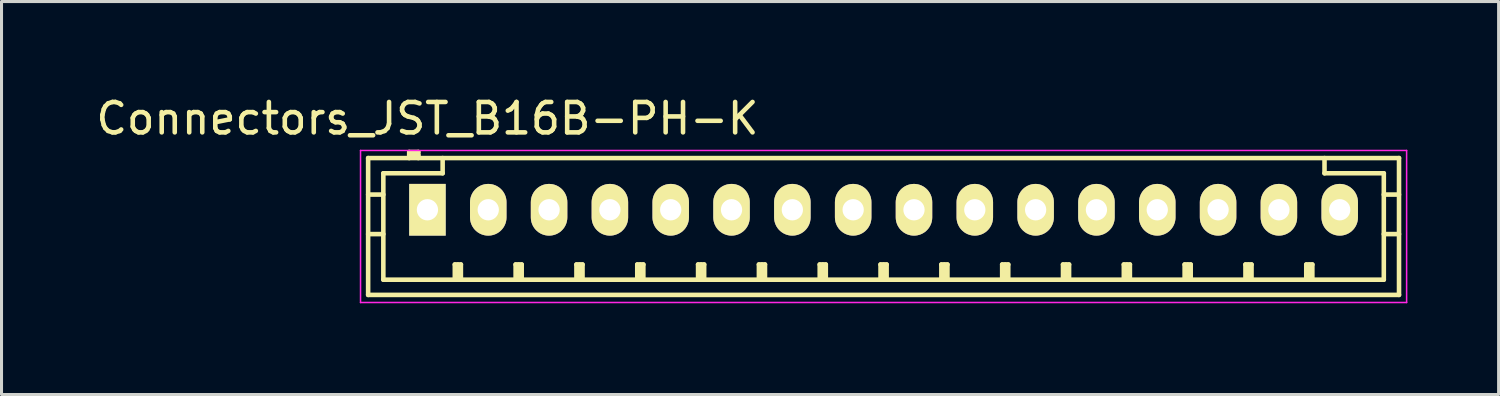
<source format=kicad_pcb>
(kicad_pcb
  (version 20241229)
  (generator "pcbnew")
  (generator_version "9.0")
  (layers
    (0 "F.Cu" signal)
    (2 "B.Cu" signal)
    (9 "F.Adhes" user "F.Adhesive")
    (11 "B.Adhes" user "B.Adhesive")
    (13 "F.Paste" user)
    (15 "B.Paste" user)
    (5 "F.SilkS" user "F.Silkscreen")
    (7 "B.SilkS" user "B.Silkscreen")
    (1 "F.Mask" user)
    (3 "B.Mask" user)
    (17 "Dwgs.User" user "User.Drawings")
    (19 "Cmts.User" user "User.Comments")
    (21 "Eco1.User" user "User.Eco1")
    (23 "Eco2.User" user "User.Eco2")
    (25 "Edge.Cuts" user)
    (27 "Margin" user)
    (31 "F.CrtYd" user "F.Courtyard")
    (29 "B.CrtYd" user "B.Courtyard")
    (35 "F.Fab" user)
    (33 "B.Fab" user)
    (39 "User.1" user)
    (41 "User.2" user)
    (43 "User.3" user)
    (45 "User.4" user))
  (footprint "Connectors_JST_B16B-PH-K"
    (layer "F.Cu")
    (at 11.006 3.848)
    (property "Reference" "Connectors_JST_B16B-PH-K" (at 0 -3 0) (layer "F.SilkS") (effects (font (size 1 1) (thickness 0.15))))
    (attr through_hole)
    (fp_line (start -1.95 -1.7) (end 31.95 -1.7) (stroke (width 0.15) (type solid)) (layer "F.SilkS"))
    (fp_line (start -1.95 -0.5) (end -1.45 -0.5) (stroke (width 0.15) (type solid)) (layer "F.SilkS"))
    (fp_line (start -1.95 0.8) (end -1.45 0.8) (stroke (width 0.15) (type solid)) (layer "F.SilkS"))
    (fp_line (start -1.95 2.8) (end -1.95 -1.7) (stroke (width 0.15) (type solid)) (layer "F.SilkS"))
    (fp_line (start -1.45 -1.2) (end -1.45 2.3) (stroke (width 0.15) (type solid)) (layer "F.SilkS"))
    (fp_line (start -1.45 2.3) (end 31.45 2.3) (stroke (width 0.15) (type solid)) (layer "F.SilkS"))
    (fp_line (start -0.6 -1.9) (end -0.6 -1.7) (stroke (width 0.15) (type solid)) (layer "F.SilkS"))
    (fp_line (start -0.3 -1.9) (end -0.6 -1.9) (stroke (width 0.15) (type solid)) (layer "F.SilkS"))
    (fp_line (start -0.3 -1.8) (end -0.6 -1.8) (stroke (width 0.15) (type solid)) (layer "F.SilkS"))
    (fp_line (start -0.3 -1.7) (end -0.3 -1.9) (stroke (width 0.15) (type solid)) (layer "F.SilkS"))
    (fp_line (start 0.5 -1.7) (end 0.5 -1.2) (stroke (width 0.15) (type solid)) (layer "F.SilkS"))
    (fp_line (start 0.5 -1.2) (end -1.45 -1.2) (stroke (width 0.15) (type solid)) (layer "F.SilkS"))
    (fp_line (start 0.9 1.8) (end 1.1 1.8) (stroke (width 0.15) (type solid)) (layer "F.SilkS"))
    (fp_line (start 0.9 2.3) (end 0.9 1.8) (stroke (width 0.15) (type solid)) (layer "F.SilkS"))
    (fp_line (start 1 2.3) (end 1 1.8) (stroke (width 0.15) (type solid)) (layer "F.SilkS"))
    (fp_line (start 1.1 1.8) (end 1.1 2.3) (stroke (width 0.15) (type solid)) (layer "F.SilkS"))
    (fp_line (start 2.9 1.8) (end 3.1 1.8) (stroke (width 0.15) (type solid)) (layer "F.SilkS"))
    (fp_line (start 2.9 2.3) (end 2.9 1.8) (stroke (width 0.15) (type solid)) (layer "F.SilkS"))
    (fp_line (start 3 2.3) (end 3 1.8) (stroke (width 0.15) (type solid)) (layer "F.SilkS"))
    (fp_line (start 3.1 1.8) (end 3.1 2.3) (stroke (width 0.15) (type solid)) (layer "F.SilkS"))
    (fp_line (start 4.9 1.8) (end 5.1 1.8) (stroke (width 0.15) (type solid)) (layer "F.SilkS"))
    (fp_line (start 4.9 2.3) (end 4.9 1.8) (stroke (width 0.15) (type solid)) (layer "F.SilkS"))
    (fp_line (start 5 2.3) (end 5 1.8) (stroke (width 0.15) (type solid)) (layer "F.SilkS"))
    (fp_line (start 5.1 1.8) (end 5.1 2.3) (stroke (width 0.15) (type solid)) (layer "F.SilkS"))
    (fp_line (start 6.9 1.8) (end 7.1 1.8) (stroke (width 0.15) (type solid)) (layer "F.SilkS"))
    (fp_line (start 6.9 2.3) (end 6.9 1.8) (stroke (width 0.15) (type solid)) (layer "F.SilkS"))
    (fp_line (start 7 2.3) (end 7 1.8) (stroke (width 0.15) (type solid)) (layer "F.SilkS"))
    (fp_line (start 7.1 1.8) (end 7.1 2.3) (stroke (width 0.15) (type solid)) (layer "F.SilkS"))
    (fp_line (start 8.9 1.8) (end 9.1 1.8) (stroke (width 0.15) (type solid)) (layer "F.SilkS"))
    (fp_line (start 8.9 2.3) (end 8.9 1.8) (stroke (width 0.15) (type solid)) (layer "F.SilkS"))
    (fp_line (start 9 2.3) (end 9 1.8) (stroke (width 0.15) (type solid)) (layer "F.SilkS"))
    (fp_line (start 9.1 1.8) (end 9.1 2.3) (stroke (width 0.15) (type solid)) (layer "F.SilkS"))
    (fp_line (start 10.9 1.8) (end 11.1 1.8) (stroke (width 0.15) (type solid)) (layer "F.SilkS"))
    (fp_line (start 10.9 2.3) (end 10.9 1.8) (stroke (width 0.15) (type solid)) (layer "F.SilkS"))
    (fp_line (start 11 2.3) (end 11 1.8) (stroke (width 0.15) (type solid)) (layer "F.SilkS"))
    (fp_line (start 11.1 1.8) (end 11.1 2.3) (stroke (width 0.15) (type solid)) (layer "F.SilkS"))
    (fp_line (start 12.9 1.8) (end 13.1 1.8) (stroke (width 0.15) (type solid)) (layer "F.SilkS"))
    (fp_line (start 12.9 2.3) (end 12.9 1.8) (stroke (width 0.15) (type solid)) (layer "F.SilkS"))
    (fp_line (start 13 2.3) (end 13 1.8) (stroke (width 0.15) (type solid)) (layer "F.SilkS"))
    (fp_line (start 13.1 1.8) (end 13.1 2.3) (stroke (width 0.15) (type solid)) (layer "F.SilkS"))
    (fp_line (start 14.9 1.8) (end 15.1 1.8) (stroke (width 0.15) (type solid)) (layer "F.SilkS"))
    (fp_line (start 14.9 2.3) (end 14.9 1.8) (stroke (width 0.15) (type solid)) (layer "F.SilkS"))
    (fp_line (start 15 2.3) (end 15 1.8) (stroke (width 0.15) (type solid)) (layer "F.SilkS"))
    (fp_line (start 15.1 1.8) (end 15.1 2.3) (stroke (width 0.15) (type solid)) (layer "F.SilkS"))
    (fp_line (start 16.9 1.8) (end 17.1 1.8) (stroke (width 0.15) (type solid)) (layer "F.SilkS"))
    (fp_line (start 16.9 2.3) (end 16.9 1.8) (stroke (width 0.15) (type solid)) (layer "F.SilkS"))
    (fp_line (start 17 2.3) (end 17 1.8) (stroke (width 0.15) (type solid)) (layer "F.SilkS"))
    (fp_line (start 17.1 1.8) (end 17.1 2.3) (stroke (width 0.15) (type solid)) (layer "F.SilkS"))
    (fp_line (start 18.9 1.8) (end 19.1 1.8) (stroke (width 0.15) (type solid)) (layer "F.SilkS"))
    (fp_line (start 18.9 2.3) (end 18.9 1.8) (stroke (width 0.15) (type solid)) (layer "F.SilkS"))
    (fp_line (start 19 2.3) (end 19 1.8) (stroke (width 0.15) (type solid)) (layer "F.SilkS"))
    (fp_line (start 19.1 1.8) (end 19.1 2.3) (stroke (width 0.15) (type solid)) (layer "F.SilkS"))
    (fp_line (start 20.9 1.8) (end 21.1 1.8) (stroke (width 0.15) (type solid)) (layer "F.SilkS"))
    (fp_line (start 20.9 2.3) (end 20.9 1.8) (stroke (width 0.15) (type solid)) (layer "F.SilkS"))
    (fp_line (start 21 2.3) (end 21 1.8) (stroke (width 0.15) (type solid)) (layer "F.SilkS"))
    (fp_line (start 21.1 1.8) (end 21.1 2.3) (stroke (width 0.15) (type solid)) (layer "F.SilkS"))
    (fp_line (start 22.9 1.8) (end 23.1 1.8) (stroke (width 0.15) (type solid)) (layer "F.SilkS"))
    (fp_line (start 22.9 2.3) (end 22.9 1.8) (stroke (width 0.15) (type solid)) (layer "F.SilkS"))
    (fp_line (start 23 2.3) (end 23 1.8) (stroke (width 0.15) (type solid)) (layer "F.SilkS"))
    (fp_line (start 23.1 1.8) (end 23.1 2.3) (stroke (width 0.15) (type solid)) (layer "F.SilkS"))
    (fp_line (start 24.9 1.8) (end 25.1 1.8) (stroke (width 0.15) (type solid)) (layer "F.SilkS"))
    (fp_line (start 24.9 2.3) (end 24.9 1.8) (stroke (width 0.15) (type solid)) (layer "F.SilkS"))
    (fp_line (start 25 2.3) (end 25 1.8) (stroke (width 0.15) (type solid)) (layer "F.SilkS"))
    (fp_line (start 25.1 1.8) (end 25.1 2.3) (stroke (width 0.15) (type solid)) (layer "F.SilkS"))
    (fp_line (start 26.9 1.8) (end 27.1 1.8) (stroke (width 0.15) (type solid)) (layer "F.SilkS"))
    (fp_line (start 26.9 2.3) (end 26.9 1.8) (stroke (width 0.15) (type solid)) (layer "F.SilkS"))
    (fp_line (start 27 2.3) (end 27 1.8) (stroke (width 0.15) (type solid)) (layer "F.SilkS"))
    (fp_line (start 27.1 1.8) (end 27.1 2.3) (stroke (width 0.15) (type solid)) (layer "F.SilkS"))
    (fp_line (start 28.9 1.8) (end 29.1 1.8) (stroke (width 0.15) (type solid)) (layer "F.SilkS"))
    (fp_line (start 28.9 2.3) (end 28.9 1.8) (stroke (width 0.15) (type solid)) (layer "F.SilkS"))
    (fp_line (start 29 2.3) (end 29 1.8) (stroke (width 0.15) (type solid)) (layer "F.SilkS"))
    (fp_line (start 29.1 1.8) (end 29.1 2.3) (stroke (width 0.15) (type solid)) (layer "F.SilkS"))
    (fp_line (start 29.5 -1.2) (end 29.5 -1.7) (stroke (width 0.15) (type solid)) (layer "F.SilkS"))
    (fp_line (start 31.45 -1.2) (end 29.5 -1.2) (stroke (width 0.15) (type solid)) (layer "F.SilkS"))
    (fp_line (start 31.45 -0.5) (end 31.95 -0.5) (stroke (width 0.15) (type solid)) (layer "F.SilkS"))
    (fp_line (start 31.45 0.8) (end 31.95 0.8) (stroke (width 0.15) (type solid)) (layer "F.SilkS"))
    (fp_line (start 31.45 2.3) (end 31.45 -1.2) (stroke (width 0.15) (type solid)) (layer "F.SilkS"))
    (fp_line (start 31.95 -1.7) (end 31.95 2.8) (stroke (width 0.15) (type solid)) (layer "F.SilkS"))
    (fp_line (start 31.95 2.8) (end -1.95 2.8) (stroke (width 0.15) (type solid)) (layer "F.SilkS"))
    (fp_line (start -2.2 -1.95) (end 32.2 -1.95) (stroke (width 0.05) (type solid)) (layer "F.CrtYd"))
    (fp_line (start -2.2 3.05) (end -2.2 -1.95) (stroke (width 0.05) (type solid)) (layer "F.CrtYd"))
    (fp_line (start 32.2 -1.95) (end 32.2 3.05) (stroke (width 0.05) (type solid)) (layer "F.CrtYd"))
    (fp_line (start 32.2 3.05) (end -2.2 3.05) (stroke (width 0.05) (type solid)) (layer "F.CrtYd"))
    (pad "1" thru_hole rect (at 0 0) (size 1.2 1.7) (drill 0.7) (layers "*.Cu" "*.Mask" "F.SilkS"))
    (pad "2" thru_hole oval (at 2 0) (size 1.2 1.7) (drill 0.7) (layers "*.Cu" "*.Mask" "F.SilkS"))
    (pad "3" thru_hole oval (at 4 0) (size 1.2 1.7) (drill 0.7) (layers "*.Cu" "*.Mask" "F.SilkS"))
    (pad "4" thru_hole oval (at 6 0) (size 1.2 1.7) (drill 0.7) (layers "*.Cu" "*.Mask" "F.SilkS"))
    (pad "5" thru_hole oval (at 8 0) (size 1.2 1.7) (drill 0.7) (layers "*.Cu" "*.Mask" "F.SilkS"))
    (pad "6" thru_hole oval (at 10 0) (size 1.2 1.7) (drill 0.7) (layers "*.Cu" "*.Mask" "F.SilkS"))
    (pad "7" thru_hole oval (at 12 0) (size 1.2 1.7) (drill 0.7) (layers "*.Cu" "*.Mask" "F.SilkS"))
    (pad "8" thru_hole oval (at 14 0) (size 1.2 1.7) (drill 0.7) (layers "*.Cu" "*.Mask" "F.SilkS"))
    (pad "9" thru_hole oval (at 16 0) (size 1.2 1.7) (drill 0.7) (layers "*.Cu" "*.Mask" "F.SilkS"))
    (pad "10" thru_hole oval (at 18 0) (size 1.2 1.7) (drill 0.7) (layers "*.Cu" "*.Mask" "F.SilkS"))
    (pad "11" thru_hole oval (at 20 0) (size 1.2 1.7) (drill 0.7) (layers "*.Cu" "*.Mask" "F.SilkS"))
    (pad "12" thru_hole oval (at 22 0) (size 1.2 1.7) (drill 0.7) (layers "*.Cu" "*.Mask" "F.SilkS"))
    (pad "13" thru_hole oval (at 24 0) (size 1.2 1.7) (drill 0.7) (layers "*.Cu" "*.Mask" "F.SilkS"))
    (pad "14" thru_hole oval (at 26 0) (size 1.2 1.7) (drill 0.7) (layers "*.Cu" "*.Mask" "F.SilkS"))
    (pad "15" thru_hole oval (at 28 0) (size 1.2 1.7) (drill 0.7) (layers "*.Cu" "*.Mask" "F.SilkS"))
    (pad "16" thru_hole oval (at 30 0) (size 1.2 1.7) (drill 0.7) (layers "*.Cu" "*.Mask" "F.SilkS")))
  (gr_rect
    (start -3 -3)
    (end 46.231 9.923)
    (stroke (width 0.1) (type default))
    (fill no)
    (layer "Edge.Cuts")))
</source>
